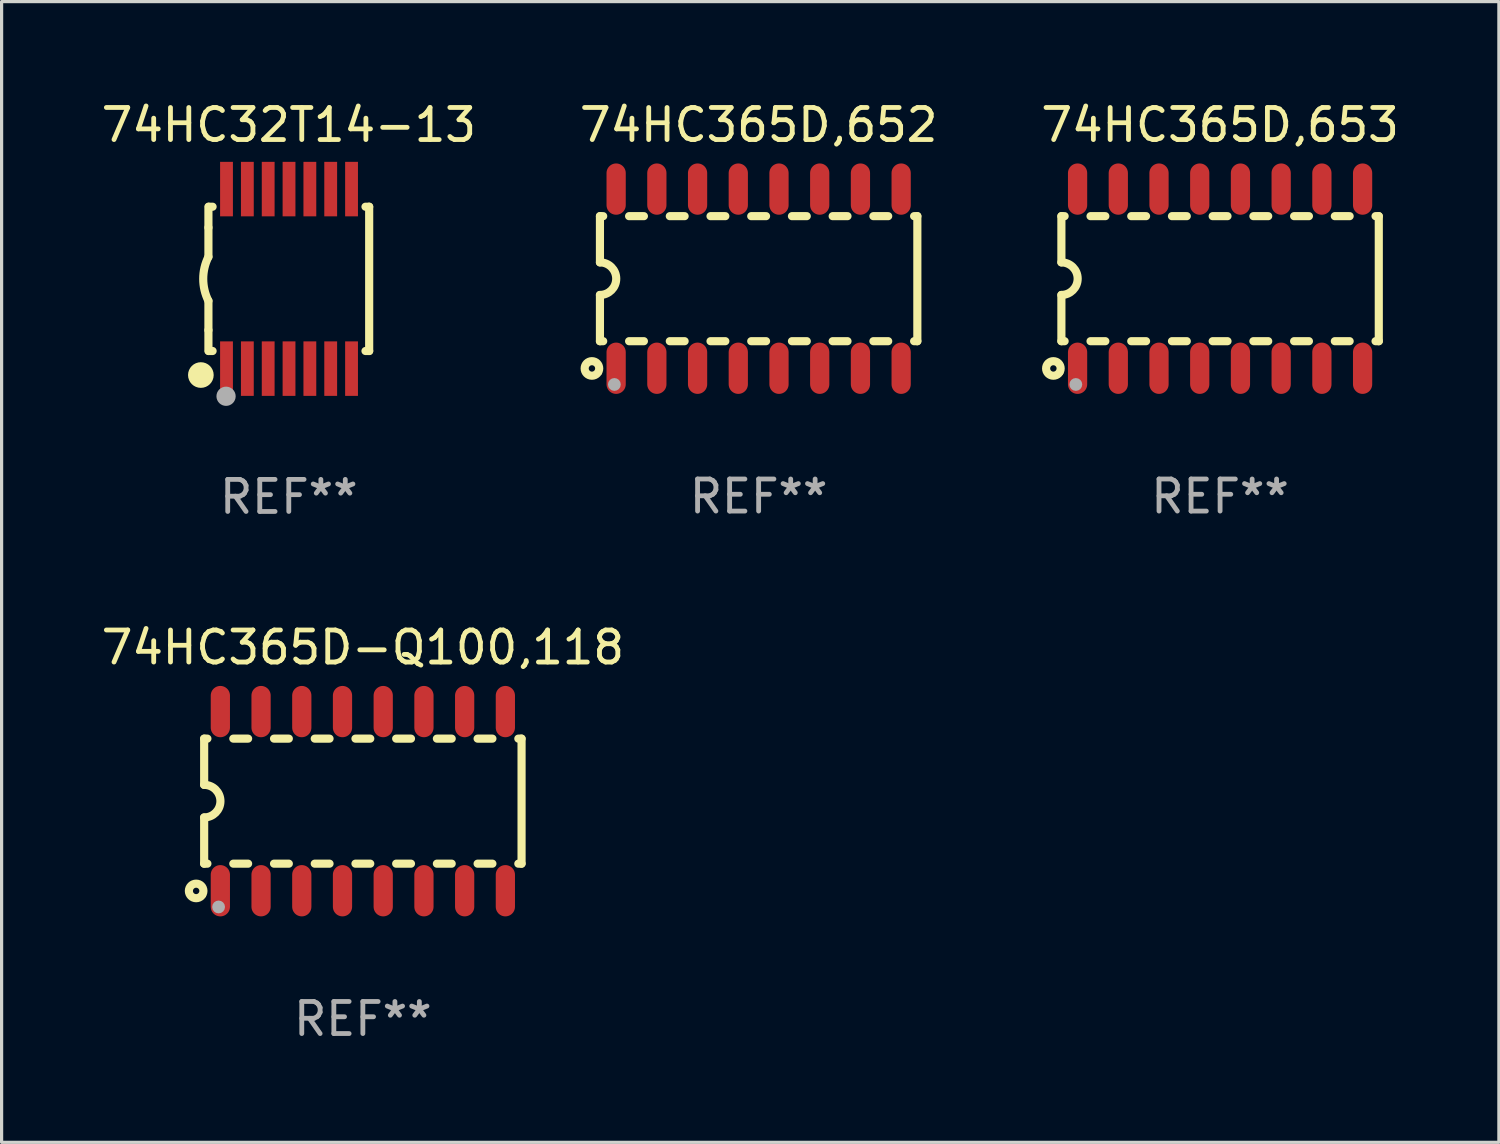
<source format=kicad_pcb>
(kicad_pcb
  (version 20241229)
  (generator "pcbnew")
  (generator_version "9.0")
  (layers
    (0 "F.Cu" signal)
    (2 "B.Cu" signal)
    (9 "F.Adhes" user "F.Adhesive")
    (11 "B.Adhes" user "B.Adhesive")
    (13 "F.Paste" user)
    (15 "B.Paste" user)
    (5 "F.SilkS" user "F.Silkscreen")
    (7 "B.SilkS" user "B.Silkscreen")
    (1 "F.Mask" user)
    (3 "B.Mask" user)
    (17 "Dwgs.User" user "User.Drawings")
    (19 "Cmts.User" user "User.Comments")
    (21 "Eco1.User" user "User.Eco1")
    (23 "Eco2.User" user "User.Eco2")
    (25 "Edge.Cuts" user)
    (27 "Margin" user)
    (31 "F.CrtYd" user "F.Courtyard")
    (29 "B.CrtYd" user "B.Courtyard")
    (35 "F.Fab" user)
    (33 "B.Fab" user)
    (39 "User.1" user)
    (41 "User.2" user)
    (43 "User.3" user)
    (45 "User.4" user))
  (footprint "74HC365D,652"
    (layer "F.Cu")
    (at 20.613 5.642)
    (property "Reference" "74HC365D,652" (at 0 -4.794 0) (layer "F.SilkS") (effects (font (size 1 1) (thickness 0.15))))
    (attr through_hole)
    (fp_line (start -4.95 -1.95) (end -4.95 -0.508) (stroke (width 0.254) (type solid)) (layer "F.SilkS"))
    (fp_line (start -4.95 -1.95) (end -4.849 -1.95) (stroke (width 0.254) (type solid)) (layer "F.SilkS"))
    (fp_line (start -4.95 1.95) (end -4.95 0.508) (stroke (width 0.254) (type solid)) (layer "F.SilkS"))
    (fp_line (start -4.95 1.95) (end -4.849 1.95) (stroke (width 0.254) (type solid)) (layer "F.SilkS"))
    (fp_line (start -4.041 -1.95) (end -3.579 -1.95) (stroke (width 0.254) (type solid)) (layer "F.SilkS"))
    (fp_line (start -4.041 1.95) (end -3.579 1.95) (stroke (width 0.254) (type solid)) (layer "F.SilkS"))
    (fp_line (start -2.771 -1.95) (end -2.309 -1.95) (stroke (width 0.254) (type solid)) (layer "F.SilkS"))
    (fp_line (start -2.771 1.95) (end -2.309 1.95) (stroke (width 0.254) (type solid)) (layer "F.SilkS"))
    (fp_line (start -1.501 -1.95) (end -1.039 -1.95) (stroke (width 0.254) (type solid)) (layer "F.SilkS"))
    (fp_line (start -1.501 1.95) (end -1.039 1.95) (stroke (width 0.254) (type solid)) (layer "F.SilkS"))
    (fp_line (start -0.231 -1.95) (end 0.231 -1.95) (stroke (width 0.254) (type solid)) (layer "F.SilkS"))
    (fp_line (start -0.231 1.95) (end 0.231 1.95) (stroke (width 0.254) (type solid)) (layer "F.SilkS"))
    (fp_line (start 1.039 -1.95) (end 1.501 -1.95) (stroke (width 0.254) (type solid)) (layer "F.SilkS"))
    (fp_line (start 1.039 1.95) (end 1.501 1.95) (stroke (width 0.254) (type solid)) (layer "F.SilkS"))
    (fp_line (start 2.309 -1.95) (end 2.771 -1.95) (stroke (width 0.254) (type solid)) (layer "F.SilkS"))
    (fp_line (start 2.309 1.95) (end 2.771 1.95) (stroke (width 0.254) (type solid)) (layer "F.SilkS"))
    (fp_line (start 3.579 -1.95) (end 4.041 -1.95) (stroke (width 0.254) (type solid)) (layer "F.SilkS"))
    (fp_line (start 3.579 1.95) (end 4.041 1.95) (stroke (width 0.254) (type solid)) (layer "F.SilkS"))
    (fp_line (start 4.849 -1.95) (end 4.95 -1.95) (stroke (width 0.254) (type solid)) (layer "F.SilkS"))
    (fp_line (start 4.849 1.95) (end 4.95 1.95) (stroke (width 0.254) (type solid)) (layer "F.SilkS"))
    (fp_line (start 4.95 -1.95) (end 4.95 1.95) (stroke (width 0.254) (type solid)) (layer "F.SilkS"))
    (fp_arc (start -4.95047 -0.508001) (mid -4.442469 -0.000228) (end -4.950013 0.508001) (stroke (width 0.254001) (type solid)) (layer "F.SilkS"))
    (fp_circle (center -5.2 2.8) (end -5.1 2.8) (stroke (width 0.254) (type solid)) (fill no) (layer "F.SilkS"))
    (fp_circle (center -4.95 2.947) (end -4.92 2.947) (stroke (width 0.06) (type solid)) (fill no) (layer "F.SilkS"))
    (fp_circle (center -4.5 3.3) (end -4.4 3.3) (stroke (width 0.2) (type solid)) (fill no) (layer "F.Fab"))
    (fp_text user "REF**" (at 0 6.794 0) (layer "F.Fab") (effects (font (size 1 1) (thickness 0.15))))
    (pad "1" smd oval (at -4.445 2.794) (size 0.6 1.6) (layers "F.Cu" "F.Mask" "F.Paste"))
    (pad "2" smd oval (at -3.175 2.794) (size 0.6 1.6) (layers "F.Cu" "F.Mask" "F.Paste"))
    (pad "3" smd oval (at -1.905 2.794) (size 0.6 1.6) (layers "F.Cu" "F.Mask" "F.Paste"))
    (pad "4" smd oval (at -0.635 2.794) (size 0.6 1.6) (layers "F.Cu" "F.Mask" "F.Paste"))
    (pad "5" smd oval (at 0.635 2.794) (size 0.6 1.6) (layers "F.Cu" "F.Mask" "F.Paste"))
    (pad "6" smd oval (at 1.905 2.794) (size 0.6 1.6) (layers "F.Cu" "F.Mask" "F.Paste"))
    (pad "7" smd oval (at 3.175 2.794) (size 0.6 1.6) (layers "F.Cu" "F.Mask" "F.Paste"))
    (pad "8" smd oval (at 4.445 2.794) (size 0.6 1.6) (layers "F.Cu" "F.Mask" "F.Paste"))
    (pad "9" smd oval (at 4.445 -2.794) (size 0.6 1.6) (layers "F.Cu" "F.Mask" "F.Paste"))
    (pad "10" smd oval (at 3.175 -2.794) (size 0.6 1.6) (layers "F.Cu" "F.Mask" "F.Paste"))
    (pad "11" smd oval (at 1.905 -2.794) (size 0.6 1.6) (layers "F.Cu" "F.Mask" "F.Paste"))
    (pad "12" smd oval (at 0.635 -2.794) (size 0.6 1.6) (layers "F.Cu" "F.Mask" "F.Paste"))
    (pad "13" smd oval (at -0.635 -2.794) (size 0.6 1.6) (layers "F.Cu" "F.Mask" "F.Paste"))
    (pad "14" smd oval (at -1.905 -2.794) (size 0.6 1.6) (layers "F.Cu" "F.Mask" "F.Paste"))
    (pad "15" smd oval (at -3.175 -2.794) (size 0.6 1.6) (layers "F.Cu" "F.Mask" "F.Paste"))
    (pad "16" smd oval (at -4.445 -2.794) (size 0.6 1.6) (layers "F.Cu" "F.Mask" "F.Paste")))
  (footprint "74HC365D-Q100,118"
    (layer "F.Cu")
    (at 8.268 21.939)
    (property "Reference" "74HC365D-Q100,118" (at 0 -4.794 0) (layer "F.SilkS") (effects (font (size 1 1) (thickness 0.15))))
    (attr through_hole)
    (fp_line (start -4.95 -1.95) (end -4.95 -0.508) (stroke (width 0.254) (type solid)) (layer "F.SilkS"))
    (fp_line (start -4.95 -1.95) (end -4.849 -1.95) (stroke (width 0.254) (type solid)) (layer "F.SilkS"))
    (fp_line (start -4.95 1.95) (end -4.95 0.508) (stroke (width 0.254) (type solid)) (layer "F.SilkS"))
    (fp_line (start -4.95 1.95) (end -4.849 1.95) (stroke (width 0.254) (type solid)) (layer "F.SilkS"))
    (fp_line (start -4.041 -1.95) (end -3.579 -1.95) (stroke (width 0.254) (type solid)) (layer "F.SilkS"))
    (fp_line (start -4.041 1.95) (end -3.579 1.95) (stroke (width 0.254) (type solid)) (layer "F.SilkS"))
    (fp_line (start -2.771 -1.95) (end -2.309 -1.95) (stroke (width 0.254) (type solid)) (layer "F.SilkS"))
    (fp_line (start -2.771 1.95) (end -2.309 1.95) (stroke (width 0.254) (type solid)) (layer "F.SilkS"))
    (fp_line (start -1.501 -1.95) (end -1.039 -1.95) (stroke (width 0.254) (type solid)) (layer "F.SilkS"))
    (fp_line (start -1.501 1.95) (end -1.039 1.95) (stroke (width 0.254) (type solid)) (layer "F.SilkS"))
    (fp_line (start -0.231 -1.95) (end 0.231 -1.95) (stroke (width 0.254) (type solid)) (layer "F.SilkS"))
    (fp_line (start -0.231 1.95) (end 0.231 1.95) (stroke (width 0.254) (type solid)) (layer "F.SilkS"))
    (fp_line (start 1.039 -1.95) (end 1.501 -1.95) (stroke (width 0.254) (type solid)) (layer "F.SilkS"))
    (fp_line (start 1.039 1.95) (end 1.501 1.95) (stroke (width 0.254) (type solid)) (layer "F.SilkS"))
    (fp_line (start 2.309 -1.95) (end 2.771 -1.95) (stroke (width 0.254) (type solid)) (layer "F.SilkS"))
    (fp_line (start 2.309 1.95) (end 2.771 1.95) (stroke (width 0.254) (type solid)) (layer "F.SilkS"))
    (fp_line (start 3.579 -1.95) (end 4.041 -1.95) (stroke (width 0.254) (type solid)) (layer "F.SilkS"))
    (fp_line (start 3.579 1.95) (end 4.041 1.95) (stroke (width 0.254) (type solid)) (layer "F.SilkS"))
    (fp_line (start 4.849 -1.95) (end 4.95 -1.95) (stroke (width 0.254) (type solid)) (layer "F.SilkS"))
    (fp_line (start 4.849 1.95) (end 4.95 1.95) (stroke (width 0.254) (type solid)) (layer "F.SilkS"))
    (fp_line (start 4.95 -1.95) (end 4.95 1.95) (stroke (width 0.254) (type solid)) (layer "F.SilkS"))
    (fp_arc (start -4.95047 -0.508001) (mid -4.442469 -0.000228) (end -4.950013 0.508001) (stroke (width 0.254001) (type solid)) (layer "F.SilkS"))
    (fp_circle (center -5.2 2.8) (end -5.1 2.8) (stroke (width 0.254) (type solid)) (fill no) (layer "F.SilkS"))
    (fp_circle (center -4.95 2.947) (end -4.92 2.947) (stroke (width 0.06) (type solid)) (fill no) (layer "F.SilkS"))
    (fp_circle (center -4.5 3.3) (end -4.4 3.3) (stroke (width 0.2) (type solid)) (fill no) (layer "F.Fab"))
    (fp_text user "REF**" (at 0 6.794 0) (layer "F.Fab") (effects (font (size 1 1) (thickness 0.15))))
    (pad "1" smd oval (at -4.445 2.794) (size 0.6 1.6) (layers "F.Cu" "F.Mask" "F.Paste"))
    (pad "2" smd oval (at -3.175 2.794) (size 0.6 1.6) (layers "F.Cu" "F.Mask" "F.Paste"))
    (pad "3" smd oval (at -1.905 2.794) (size 0.6 1.6) (layers "F.Cu" "F.Mask" "F.Paste"))
    (pad "4" smd oval (at -0.635 2.794) (size 0.6 1.6) (layers "F.Cu" "F.Mask" "F.Paste"))
    (pad "5" smd oval (at 0.635 2.794) (size 0.6 1.6) (layers "F.Cu" "F.Mask" "F.Paste"))
    (pad "6" smd oval (at 1.905 2.794) (size 0.6 1.6) (layers "F.Cu" "F.Mask" "F.Paste"))
    (pad "7" smd oval (at 3.175 2.794) (size 0.6 1.6) (layers "F.Cu" "F.Mask" "F.Paste"))
    (pad "8" smd oval (at 4.445 2.794) (size 0.6 1.6) (layers "F.Cu" "F.Mask" "F.Paste"))
    (pad "9" smd oval (at 4.445 -2.794) (size 0.6 1.6) (layers "F.Cu" "F.Mask" "F.Paste"))
    (pad "10" smd oval (at 3.175 -2.794) (size 0.6 1.6) (layers "F.Cu" "F.Mask" "F.Paste"))
    (pad "11" smd oval (at 1.905 -2.794) (size 0.6 1.6) (layers "F.Cu" "F.Mask" "F.Paste"))
    (pad "12" smd oval (at 0.635 -2.794) (size 0.6 1.6) (layers "F.Cu" "F.Mask" "F.Paste"))
    (pad "13" smd oval (at -0.635 -2.794) (size 0.6 1.6) (layers "F.Cu" "F.Mask" "F.Paste"))
    (pad "14" smd oval (at -1.905 -2.794) (size 0.6 1.6) (layers "F.Cu" "F.Mask" "F.Paste"))
    (pad "15" smd oval (at -3.175 -2.794) (size 0.6 1.6) (layers "F.Cu" "F.Mask" "F.Paste"))
    (pad "16" smd oval (at -4.445 -2.794) (size 0.6 1.6) (layers "F.Cu" "F.Mask" "F.Paste")))
  (footprint "74HC32T14-13"
    (layer "F.Cu")
    (at 5.958 5.648)
    (property "Reference" "74HC32T14-13" (at 0 -4.8 0) (layer "F.SilkS") (effects (font (size 1 1) (thickness 0.15))))
    (attr through_hole)
    (fp_line (start -2.507 -1.6) (end -2.507 -2.25) (stroke (width 0.254) (type solid)) (layer "F.SilkS"))
    (fp_line (start -2.507 -0.686) (end -2.507 -1.6) (stroke (width 0.254) (type solid)) (layer "F.SilkS"))
    (fp_line (start -2.507 1.6) (end -2.507 0.686) (stroke (width 0.254) (type solid)) (layer "F.SilkS"))
    (fp_line (start -2.507 1.6) (end -2.507 2.25) (stroke (width 0.254) (type solid)) (layer "F.SilkS"))
    (fp_line (start -2.493 -2.25) (end -2.377 -2.25) (stroke (width 0.254) (type solid)) (layer "F.SilkS"))
    (fp_line (start -2.377 2.25) (end -2.493 2.25) (stroke (width 0.254) (type solid)) (layer "F.SilkS"))
    (fp_line (start 2.392 -2.25) (end 2.507 -2.25) (stroke (width 0.254) (type solid)) (layer "F.SilkS"))
    (fp_line (start 2.507 -2.25) (end 2.507 2.25) (stroke (width 0.254) (type solid)) (layer "F.SilkS"))
    (fp_line (start 2.507 2.25) (end 2.392 2.25) (stroke (width 0.254) (type solid)) (layer "F.SilkS"))
    (fp_arc (start -2.507303 0.685802) (mid -2.669199 0) (end -2.507303 -0.685801) (stroke (width 0.254001) (type solid)) (layer "F.SilkS"))
    (fp_circle (center -2.743 3) (end -2.543 3) (stroke (width 0.4) (type solid)) (fill no) (layer "F.SilkS"))
    (fp_circle (center -2.493 3.2) (end -2.463 3.2) (stroke (width 0.06) (type solid)) (fill no) (layer "F.SilkS"))
    (fp_circle (center -1.957 3.662) (end -1.807 3.662) (stroke (width 0.3) (type solid)) (fill no) (layer "F.Fab"))
    (fp_text user "REF**" (at 0 6.8 0) (layer "F.Fab") (effects (font (size 1 1) (thickness 0.15))))
    (pad "1" smd rect (at -1.943 2.8) (size 0.4 1.7) (layers "F.Cu" "F.Mask" "F.Paste"))
    (pad "2" smd rect (at -1.293 2.8) (size 0.4 1.7) (layers "F.Cu" "F.Mask" "F.Paste"))
    (pad "3" smd rect (at -0.643 2.8) (size 0.4 1.7) (layers "F.Cu" "F.Mask" "F.Paste"))
    (pad "4" smd rect (at 0.007 2.8) (size 0.4 1.7) (layers "F.Cu" "F.Mask" "F.Paste"))
    (pad "5" smd rect (at 0.657 2.8) (size 0.4 1.7) (layers "F.Cu" "F.Mask" "F.Paste"))
    (pad "6" smd rect (at 1.307 2.8) (size 0.4 1.7) (layers "F.Cu" "F.Mask" "F.Paste"))
    (pad "7" smd rect (at 1.957 2.8) (size 0.4 1.7) (layers "F.Cu" "F.Mask" "F.Paste"))
    (pad "8" smd rect (at 1.957 -2.8) (size 0.4 1.7) (layers "F.Cu" "F.Mask" "F.Paste"))
    (pad "9" smd rect (at 1.307 -2.8) (size 0.4 1.7) (layers "F.Cu" "F.Mask" "F.Paste"))
    (pad "10" smd rect (at 0.657 -2.8) (size 0.4 1.7) (layers "F.Cu" "F.Mask" "F.Paste"))
    (pad "11" smd rect (at 0.007 -2.8) (size 0.4 1.7) (layers "F.Cu" "F.Mask" "F.Paste"))
    (pad "12" smd rect (at -0.643 -2.8) (size 0.4 1.7) (layers "F.Cu" "F.Mask" "F.Paste"))
    (pad "13" smd rect (at -1.293 -2.8) (size 0.4 1.7) (layers "F.Cu" "F.Mask" "F.Paste"))
    (pad "14" smd rect (at -1.943 -2.8) (size 0.4 1.7) (layers "F.Cu" "F.Mask" "F.Paste")))
  (footprint "74HC365D,653"
    (layer "F.Cu")
    (at 35.006 5.642)
    (property "Reference" "74HC365D,653" (at 0 -4.794 0) (layer "F.SilkS") (effects (font (size 1 1) (thickness 0.15))))
    (attr through_hole)
    (fp_line (start -4.95 -1.95) (end -4.95 -0.508) (stroke (width 0.254) (type solid)) (layer "F.SilkS"))
    (fp_line (start -4.95 -1.95) (end -4.849 -1.95) (stroke (width 0.254) (type solid)) (layer "F.SilkS"))
    (fp_line (start -4.95 1.95) (end -4.95 0.508) (stroke (width 0.254) (type solid)) (layer "F.SilkS"))
    (fp_line (start -4.95 1.95) (end -4.849 1.95) (stroke (width 0.254) (type solid)) (layer "F.SilkS"))
    (fp_line (start -4.041 -1.95) (end -3.579 -1.95) (stroke (width 0.254) (type solid)) (layer "F.SilkS"))
    (fp_line (start -4.041 1.95) (end -3.579 1.95) (stroke (width 0.254) (type solid)) (layer "F.SilkS"))
    (fp_line (start -2.771 -1.95) (end -2.309 -1.95) (stroke (width 0.254) (type solid)) (layer "F.SilkS"))
    (fp_line (start -2.771 1.95) (end -2.309 1.95) (stroke (width 0.254) (type solid)) (layer "F.SilkS"))
    (fp_line (start -1.501 -1.95) (end -1.039 -1.95) (stroke (width 0.254) (type solid)) (layer "F.SilkS"))
    (fp_line (start -1.501 1.95) (end -1.039 1.95) (stroke (width 0.254) (type solid)) (layer "F.SilkS"))
    (fp_line (start -0.231 -1.95) (end 0.231 -1.95) (stroke (width 0.254) (type solid)) (layer "F.SilkS"))
    (fp_line (start -0.231 1.95) (end 0.231 1.95) (stroke (width 0.254) (type solid)) (layer "F.SilkS"))
    (fp_line (start 1.039 -1.95) (end 1.501 -1.95) (stroke (width 0.254) (type solid)) (layer "F.SilkS"))
    (fp_line (start 1.039 1.95) (end 1.501 1.95) (stroke (width 0.254) (type solid)) (layer "F.SilkS"))
    (fp_line (start 2.309 -1.95) (end 2.771 -1.95) (stroke (width 0.254) (type solid)) (layer "F.SilkS"))
    (fp_line (start 2.309 1.95) (end 2.771 1.95) (stroke (width 0.254) (type solid)) (layer "F.SilkS"))
    (fp_line (start 3.579 -1.95) (end 4.041 -1.95) (stroke (width 0.254) (type solid)) (layer "F.SilkS"))
    (fp_line (start 3.579 1.95) (end 4.041 1.95) (stroke (width 0.254) (type solid)) (layer "F.SilkS"))
    (fp_line (start 4.849 -1.95) (end 4.95 -1.95) (stroke (width 0.254) (type solid)) (layer "F.SilkS"))
    (fp_line (start 4.849 1.95) (end 4.95 1.95) (stroke (width 0.254) (type solid)) (layer "F.SilkS"))
    (fp_line (start 4.95 -1.95) (end 4.95 1.95) (stroke (width 0.254) (type solid)) (layer "F.SilkS"))
    (fp_arc (start -4.95047 -0.508001) (mid -4.442469 -0.000228) (end -4.950013 0.508001) (stroke (width 0.254001) (type solid)) (layer "F.SilkS"))
    (fp_circle (center -5.2 2.8) (end -5.1 2.8) (stroke (width 0.254) (type solid)) (fill no) (layer "F.SilkS"))
    (fp_circle (center -4.95 2.947) (end -4.92 2.947) (stroke (width 0.06) (type solid)) (fill no) (layer "F.SilkS"))
    (fp_circle (center -4.5 3.3) (end -4.4 3.3) (stroke (width 0.2) (type solid)) (fill no) (layer "F.Fab"))
    (fp_text user "REF**" (at 0 6.794 0) (layer "F.Fab") (effects (font (size 1 1) (thickness 0.15))))
    (pad "1" smd oval (at -4.445 2.794) (size 0.6 1.6) (layers "F.Cu" "F.Mask" "F.Paste"))
    (pad "2" smd oval (at -3.175 2.794) (size 0.6 1.6) (layers "F.Cu" "F.Mask" "F.Paste"))
    (pad "3" smd oval (at -1.905 2.794) (size 0.6 1.6) (layers "F.Cu" "F.Mask" "F.Paste"))
    (pad "4" smd oval (at -0.635 2.794) (size 0.6 1.6) (layers "F.Cu" "F.Mask" "F.Paste"))
    (pad "5" smd oval (at 0.635 2.794) (size 0.6 1.6) (layers "F.Cu" "F.Mask" "F.Paste"))
    (pad "6" smd oval (at 1.905 2.794) (size 0.6 1.6) (layers "F.Cu" "F.Mask" "F.Paste"))
    (pad "7" smd oval (at 3.175 2.794) (size 0.6 1.6) (layers "F.Cu" "F.Mask" "F.Paste"))
    (pad "8" smd oval (at 4.445 2.794) (size 0.6 1.6) (layers "F.Cu" "F.Mask" "F.Paste"))
    (pad "9" smd oval (at 4.445 -2.794) (size 0.6 1.6) (layers "F.Cu" "F.Mask" "F.Paste"))
    (pad "10" smd oval (at 3.175 -2.794) (size 0.6 1.6) (layers "F.Cu" "F.Mask" "F.Paste"))
    (pad "11" smd oval (at 1.905 -2.794) (size 0.6 1.6) (layers "F.Cu" "F.Mask" "F.Paste"))
    (pad "12" smd oval (at 0.635 -2.794) (size 0.6 1.6) (layers "F.Cu" "F.Mask" "F.Paste"))
    (pad "13" smd oval (at -0.635 -2.794) (size 0.6 1.6) (layers "F.Cu" "F.Mask" "F.Paste"))
    (pad "14" smd oval (at -1.905 -2.794) (size 0.6 1.6) (layers "F.Cu" "F.Mask" "F.Paste"))
    (pad "15" smd oval (at -3.175 -2.794) (size 0.6 1.6) (layers "F.Cu" "F.Mask" "F.Paste"))
    (pad "16" smd oval (at -4.445 -2.794) (size 0.6 1.6) (layers "F.Cu" "F.Mask" "F.Paste")))
  (gr_rect
    (start -3 -3)
    (end 43.702 32.581)
    (stroke (width 0.1) (type default))
    (fill no)
    (layer "Edge.Cuts")))
</source>
